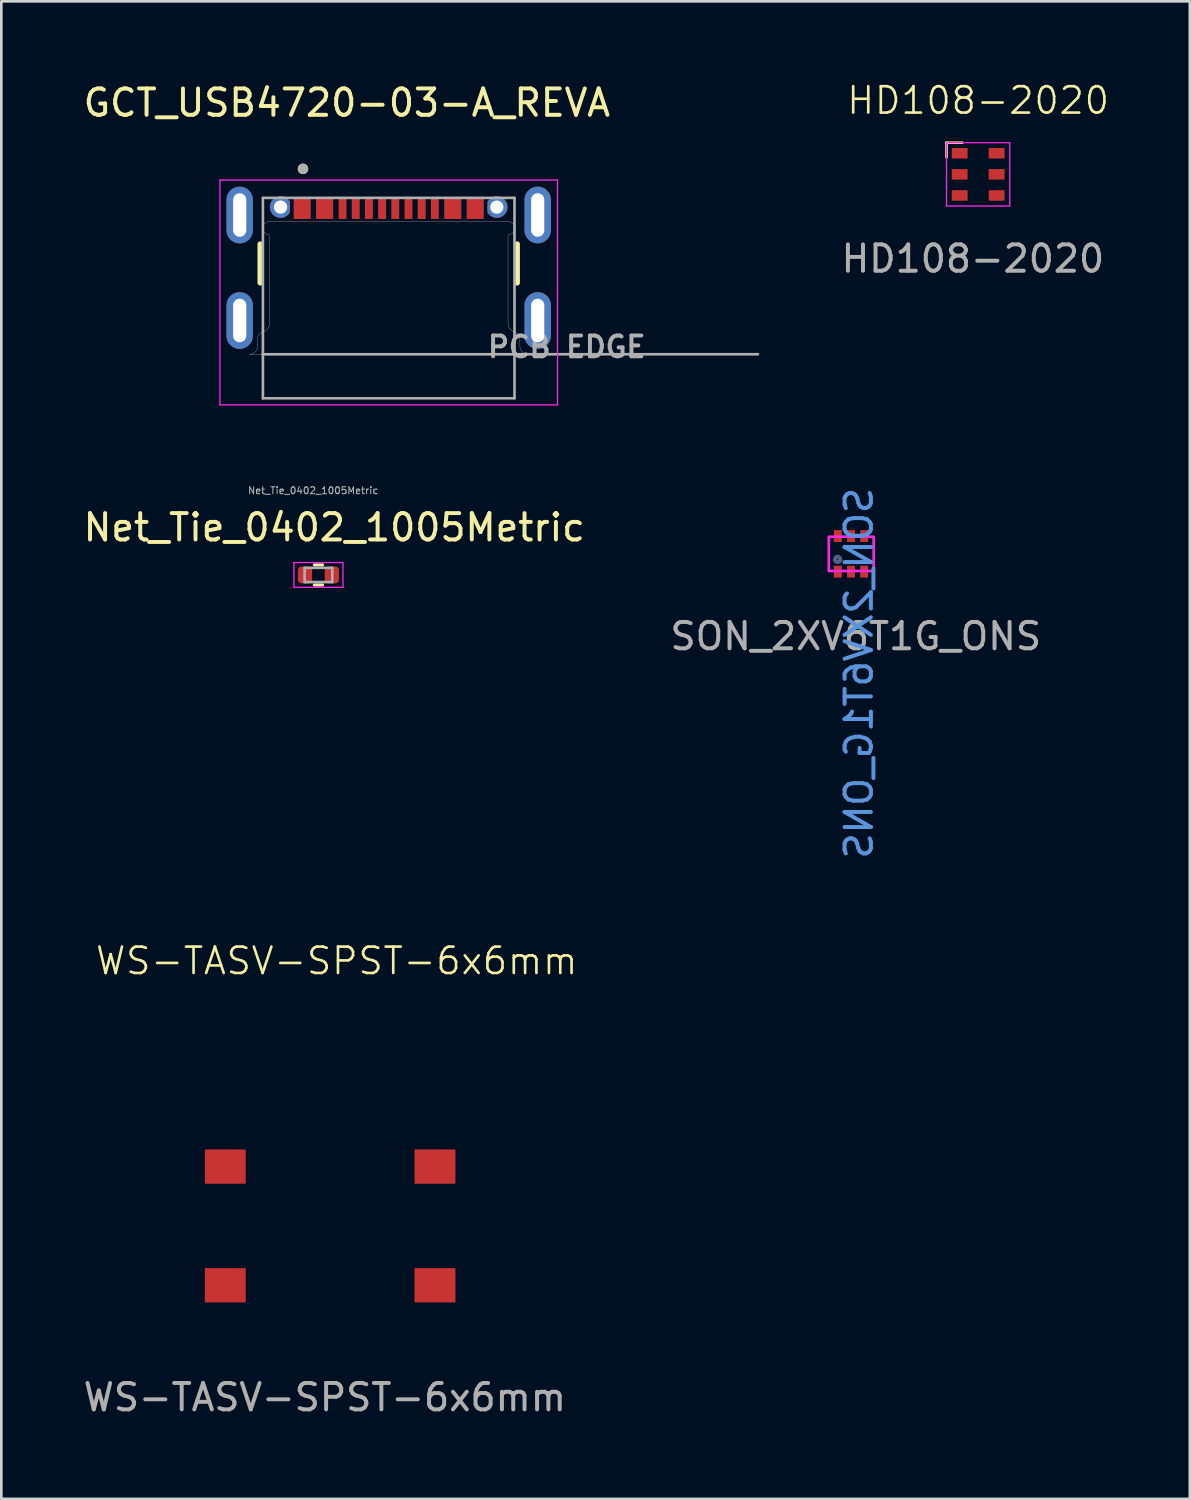
<source format=kicad_pcb>
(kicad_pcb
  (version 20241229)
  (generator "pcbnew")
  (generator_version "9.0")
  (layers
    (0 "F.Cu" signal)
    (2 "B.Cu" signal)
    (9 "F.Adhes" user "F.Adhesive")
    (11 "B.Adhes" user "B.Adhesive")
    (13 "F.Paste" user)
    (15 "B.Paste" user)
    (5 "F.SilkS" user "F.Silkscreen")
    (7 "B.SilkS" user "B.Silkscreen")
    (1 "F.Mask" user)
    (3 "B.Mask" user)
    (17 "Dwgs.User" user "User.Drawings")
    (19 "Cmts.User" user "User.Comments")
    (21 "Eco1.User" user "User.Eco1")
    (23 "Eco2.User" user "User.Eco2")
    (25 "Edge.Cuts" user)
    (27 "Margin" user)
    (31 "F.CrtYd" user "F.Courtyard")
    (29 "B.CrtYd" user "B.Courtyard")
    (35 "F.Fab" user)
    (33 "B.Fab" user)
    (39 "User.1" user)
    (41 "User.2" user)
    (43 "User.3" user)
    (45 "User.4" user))
  (footprint "GCT_USB4720-03-A_REVA"
    (layer "F.Cu")
    (at 11.689 9.103)
    (property "Reference" "GCT_USB4720-03-A_REVA" (at -1.587 -8.255 0) (layer "F.SilkS") (effects (font (size 1 1) (thickness 0.15))))
    (attr smd)
    (fp_poly (pts (xy -3.755 -4.502) (xy -3.794 -4.557) (xy -3.843 -4.606) (xy -3.9 -4.646) (xy -3.963 -4.676) (xy -4.031 -4.694) (xy -4.1 -4.7) (xy -4.169 -4.694) (xy -4.237 -4.676) (xy -4.3 -4.646) (xy -4.357 -4.606) (xy -4.406 -4.557) (xy -4.446 -4.5) (xy -4.476 -4.437) (xy -4.494 -4.369) (xy -4.5 -4.3) (xy -4.494 -4.231) (xy -4.476 -4.163) (xy -4.446 -4.1) (xy -4.406 -4.043) (xy -4.357 -3.994) (xy -4.3 -3.954) (xy -4.237 -3.924) (xy -4.169 -3.906) (xy -4.1 -3.9) (xy -4.031 -3.906) (xy -3.963 -3.924) (xy -3.9 -3.954) (xy -3.843 -3.994) (xy -3.794 -4.043) (xy -3.755 -4.098) (xy -3.755 -4.502) (xy -3.755 -4.502)) (stroke (width 0.01) (type solid)) (fill yes) (layer "F.Cu"))
    (fp_poly (pts (xy 3.755 -4.502) (xy 3.794 -4.557) (xy 3.843 -4.606) (xy 3.9 -4.646) (xy 3.963 -4.676) (xy 4.031 -4.694) (xy 4.1 -4.7) (xy 4.169 -4.694) (xy 4.237 -4.676) (xy 4.3 -4.646) (xy 4.357 -4.606) (xy 4.406 -4.557) (xy 4.446 -4.5) (xy 4.476 -4.437) (xy 4.494 -4.369) (xy 4.5 -4.3) (xy 4.494 -4.231) (xy 4.476 -4.163) (xy 4.446 -4.1) (xy 4.406 -4.043) (xy 4.357 -3.994) (xy 4.3 -3.954) (xy 4.237 -3.924) (xy 4.169 -3.906) (xy 4.1 -3.9) (xy 4.031 -3.906) (xy 3.963 -3.924) (xy 3.9 -3.954) (xy 3.843 -3.994) (xy 3.794 -4.043) (xy 3.755 -4.098) (xy 3.755 -4.502) (xy 3.755 -4.502)) (stroke (width 0.01) (type solid)) (fill yes) (layer "F.Cu"))
    (fp_poly (pts (xy -3.655 -4.7) (xy -2.905 -4.7) (xy -2.905 -3.8) (xy -3.655 -3.8)) (stroke (width 0.01) (type solid)) (fill yes) (layer "F.Mask"))
    (fp_poly (pts (xy -2.805 -4.7) (xy -2.055 -4.7) (xy -2.055 -3.8) (xy -2.805 -3.8)) (stroke (width 0.01) (type solid)) (fill yes) (layer "F.Mask"))
    (fp_poly (pts (xy -1.95 -4.7) (xy -1.55 -4.7) (xy -1.55 -3.8) (xy -1.95 -3.8)) (stroke (width 0.01) (type solid)) (fill yes) (layer "F.Mask"))
    (fp_poly (pts (xy -1.45 -4.7) (xy -1.05 -4.7) (xy -1.05 -3.8) (xy -1.45 -3.8)) (stroke (width 0.01) (type solid)) (fill yes) (layer "F.Mask"))
    (fp_poly (pts (xy -0.95 -4.7) (xy -0.55 -4.7) (xy -0.55 -3.8) (xy -0.95 -3.8)) (stroke (width 0.01) (type solid)) (fill yes) (layer "F.Mask"))
    (fp_poly (pts (xy -0.45 -4.7) (xy -0.05 -4.7) (xy -0.05 -3.8) (xy -0.45 -3.8)) (stroke (width 0.01) (type solid)) (fill yes) (layer "F.Mask"))
    (fp_poly (pts (xy 0.05 -4.7) (xy 0.45 -4.7) (xy 0.45 -3.8) (xy 0.05 -3.8)) (stroke (width 0.01) (type solid)) (fill yes) (layer "F.Mask"))
    (fp_poly (pts (xy 0.55 -4.7) (xy 0.95 -4.7) (xy 0.95 -3.8) (xy 0.55 -3.8)) (stroke (width 0.01) (type solid)) (fill yes) (layer "F.Mask"))
    (fp_poly (pts (xy 1.05 -4.7) (xy 1.45 -4.7) (xy 1.45 -3.8) (xy 1.05 -3.8)) (stroke (width 0.01) (type solid)) (fill yes) (layer "F.Mask"))
    (fp_poly (pts (xy 1.55 -4.7) (xy 1.95 -4.7) (xy 1.95 -3.8) (xy 1.55 -3.8)) (stroke (width 0.01) (type solid)) (fill yes) (layer "F.Mask"))
    (fp_poly (pts (xy 2.055 -4.7) (xy 2.805 -4.7) (xy 2.805 -3.8) (xy 2.055 -3.8)) (stroke (width 0.01) (type solid)) (fill yes) (layer "F.Mask"))
    (fp_poly (pts (xy 2.905 -4.7) (xy 3.655 -4.7) (xy 3.655 -3.8) (xy 2.905 -3.8)) (stroke (width 0.01) (type solid)) (fill yes) (layer "F.Mask"))
    (fp_poly (pts (xy -3.705 -4.516) (xy -3.751 -4.584) (xy -3.806 -4.64) (xy -3.87 -4.687) (xy -3.941 -4.721) (xy -4.017 -4.742) (xy -4.095 -4.75) (xy -4.174 -4.744) (xy -4.25 -4.724) (xy -4.322 -4.691) (xy -4.387 -4.646) (xy -4.443 -4.591) (xy -4.489 -4.526) (xy -4.523 -4.455) (xy -4.543 -4.379) (xy -4.55 -4.3) (xy -4.543 -4.221) (xy -4.523 -4.145) (xy -4.489 -4.074) (xy -4.443 -4.009) (xy -4.387 -3.954) (xy -4.322 -3.909) (xy -4.25 -3.876) (xy -4.174 -3.856) (xy -4.095 -3.85) (xy -4.017 -3.858) (xy -3.941 -3.879) (xy -3.87 -3.913) (xy -3.806 -3.96) (xy -3.751 -4.016) (xy -3.705 -4.084) (xy -3.705 -4.516) (xy -3.705 -4.516)) (stroke (width 0.01) (type solid)) (fill yes) (layer "F.Mask"))
    (fp_poly (pts (xy 3.705 -4.516) (xy 3.751 -4.584) (xy 3.806 -4.64) (xy 3.87 -4.687) (xy 3.941 -4.721) (xy 4.017 -4.742) (xy 4.095 -4.75) (xy 4.174 -4.744) (xy 4.25 -4.724) (xy 4.322 -4.691) (xy 4.387 -4.646) (xy 4.443 -4.591) (xy 4.489 -4.526) (xy 4.523 -4.455) (xy 4.543 -4.379) (xy 4.55 -4.3) (xy 4.543 -4.221) (xy 4.523 -4.145) (xy 4.489 -4.074) (xy 4.443 -4.009) (xy 4.387 -3.954) (xy 4.322 -3.909) (xy 4.25 -3.876) (xy 4.174 -3.856) (xy 4.095 -3.85) (xy 4.017 -3.858) (xy 3.941 -3.879) (xy 3.87 -3.913) (xy 3.806 -3.96) (xy 3.751 -4.016) (xy 3.705 -4.084) (xy 3.705 -4.516) (xy 3.705 -4.516)) (stroke (width 0.01) (type solid)) (fill yes) (layer "F.Mask"))
    (fp_poly (pts (xy -3.755 -4.502) (xy -3.794 -4.557) (xy -3.843 -4.606) (xy -3.9 -4.646) (xy -3.963 -4.676) (xy -4.031 -4.694) (xy -4.1 -4.7) (xy -4.169 -4.694) (xy -4.237 -4.676) (xy -4.3 -4.646) (xy -4.357 -4.606) (xy -4.406 -4.557) (xy -4.446 -4.5) (xy -4.476 -4.437) (xy -4.494 -4.369) (xy -4.5 -4.3) (xy -4.494 -4.231) (xy -4.476 -4.163) (xy -4.446 -4.1) (xy -4.406 -4.043) (xy -4.357 -3.994) (xy -4.3 -3.954) (xy -4.237 -3.924) (xy -4.169 -3.906) (xy -4.1 -3.9) (xy -4.031 -3.906) (xy -3.963 -3.924) (xy -3.9 -3.954) (xy -3.843 -3.994) (xy -3.794 -4.043) (xy -3.755 -4.098) (xy -3.755 -4.502) (xy -3.755 -4.502)) (stroke (width 0.01) (type solid)) (fill yes) (layer "B.Cu"))
    (fp_poly (pts (xy 3.755 -4.502) (xy 3.794 -4.557) (xy 3.843 -4.606) (xy 3.9 -4.646) (xy 3.963 -4.676) (xy 4.031 -4.694) (xy 4.1 -4.7) (xy 4.169 -4.694) (xy 4.237 -4.676) (xy 4.3 -4.646) (xy 4.357 -4.606) (xy 4.406 -4.557) (xy 4.446 -4.5) (xy 4.476 -4.437) (xy 4.494 -4.369) (xy 4.5 -4.3) (xy 4.494 -4.231) (xy 4.476 -4.163) (xy 4.446 -4.1) (xy 4.406 -4.043) (xy 4.357 -3.994) (xy 4.3 -3.954) (xy 4.237 -3.924) (xy 4.169 -3.906) (xy 4.1 -3.9) (xy 4.031 -3.906) (xy 3.963 -3.924) (xy 3.9 -3.954) (xy 3.843 -3.994) (xy 3.794 -4.043) (xy 3.755 -4.098) (xy 3.755 -4.502) (xy 3.755 -4.502)) (stroke (width 0.01) (type solid)) (fill yes) (layer "B.Cu"))
    (fp_poly (pts (xy -3.705 -4.516) (xy -3.751 -4.584) (xy -3.806 -4.64) (xy -3.87 -4.687) (xy -3.941 -4.721) (xy -4.017 -4.742) (xy -4.095 -4.75) (xy -4.174 -4.744) (xy -4.25 -4.724) (xy -4.322 -4.691) (xy -4.387 -4.646) (xy -4.443 -4.591) (xy -4.489 -4.526) (xy -4.523 -4.455) (xy -4.543 -4.379) (xy -4.55 -4.3) (xy -4.543 -4.221) (xy -4.523 -4.145) (xy -4.489 -4.074) (xy -4.443 -4.009) (xy -4.387 -3.954) (xy -4.322 -3.909) (xy -4.25 -3.876) (xy -4.174 -3.856) (xy -4.095 -3.85) (xy -4.017 -3.858) (xy -3.941 -3.879) (xy -3.87 -3.913) (xy -3.806 -3.96) (xy -3.751 -4.016) (xy -3.705 -4.084) (xy -3.705 -4.516) (xy -3.705 -4.516)) (stroke (width 0.01) (type solid)) (fill yes) (layer "B.Mask"))
    (fp_poly (pts (xy 3.705 -4.516) (xy 3.751 -4.584) (xy 3.806 -4.64) (xy 3.87 -4.687) (xy 3.941 -4.721) (xy 4.017 -4.742) (xy 4.095 -4.75) (xy 4.174 -4.744) (xy 4.25 -4.724) (xy 4.322 -4.691) (xy 4.387 -4.646) (xy 4.443 -4.591) (xy 4.489 -4.526) (xy 4.523 -4.455) (xy 4.543 -4.379) (xy 4.55 -4.3) (xy 4.543 -4.221) (xy 4.523 -4.145) (xy 4.489 -4.074) (xy 4.443 -4.009) (xy 4.387 -3.954) (xy 4.322 -3.909) (xy 4.25 -3.876) (xy 4.174 -3.856) (xy 4.095 -3.85) (xy 4.017 -3.858) (xy 3.941 -3.879) (xy 3.87 -3.913) (xy 3.806 -3.96) (xy 3.751 -4.016) (xy 3.705 -4.084) (xy 3.705 -4.516) (xy 3.705 -4.516)) (stroke (width 0.01) (type solid)) (fill yes) (layer "B.Mask"))
    (fp_line (start -4.875 -1.425) (end -4.875 -2.9) (stroke (width 0.2) (type solid)) (layer "F.SilkS"))
    (fp_line (start 4.875 -1.425) (end 4.875 -2.9) (stroke (width 0.2) (type solid)) (layer "F.SilkS"))
    (fp_circle (center -3.25 -5.75) (end -3.15 -5.75) (stroke (width 0.2) (type solid)) (fill no) (layer "F.SilkS"))
    (fp_line (start -5.275 1.28) (end 5.275 1.28) (stroke (width 0.01) (type solid)) (layer "Edge.Cuts"))
    (fp_line (start -4.975 0.711) (end -4.975 0.98) (stroke (width 0.01) (type solid)) (layer "Edge.Cuts"))
    (fp_line (start -4.525 -3.25) (end -4.525 0.13) (stroke (width 0.01) (type solid)) (layer "Edge.Cuts"))
    (fp_line (start 4.525 -3.75) (end -4.525 -3.75) (stroke (width 0.01) (type solid)) (layer "Edge.Cuts"))
    (fp_line (start 4.525 0.13) (end 4.525 -3.25) (stroke (width 0.01) (type solid)) (layer "Edge.Cuts"))
    (fp_line (start 4.975 0.98) (end 4.975 0.711) (stroke (width 0.01) (type solid)) (layer "Edge.Cuts"))
    (fp_arc (start -4.975 0.711) (mid -4.912261 0.527024) (end -4.749999 0.42) (stroke (width 0.01) (type solid)) (layer "Edge.Cuts"))
    (fp_arc (start -4.975 0.98) (mid -5.062868 1.192132) (end -5.275 1.28) (stroke (width 0.01) (type solid)) (layer "Edge.Cuts"))
    (fp_arc (start -4.525 -3.25) (mid -4.775 -3.5) (end -4.525 -3.75) (stroke (width 0.01) (type solid)) (layer "Edge.Cuts"))
    (fp_arc (start -4.525 0.13) (mid -4.587911 0.313474) (end -4.75 0.42) (stroke (width 0.01) (type solid)) (layer "Edge.Cuts"))
    (fp_arc (start 4.525 -3.75) (mid 4.775 -3.5) (end 4.525 -3.25) (stroke (width 0.01) (type solid)) (layer "Edge.Cuts"))
    (fp_arc (start 4.75 0.42) (mid 4.58791 0.313475) (end 4.525 0.13) (stroke (width 0.01) (type solid)) (layer "Edge.Cuts"))
    (fp_arc (start 4.75 0.42) (mid 4.912261 0.527025) (end 4.974999 0.711) (stroke (width 0.01) (type solid)) (layer "Edge.Cuts"))
    (fp_arc (start 5.275 1.28) (mid 5.062868 1.192132) (end 4.975 0.98) (stroke (width 0.01) (type solid)) (layer "Edge.Cuts"))
    (fp_line (start -6.4 -5.325) (end 6.4 -5.325) (stroke (width 0.05) (type solid)) (layer "F.CrtYd"))
    (fp_line (start -6.4 3.2) (end -6.4 -5.325) (stroke (width 0.05) (type solid)) (layer "F.CrtYd"))
    (fp_line (start 6.4 -5.325) (end 6.4 3.2) (stroke (width 0.05) (type solid)) (layer "F.CrtYd"))
    (fp_line (start 6.4 3.2) (end -6.4 3.2) (stroke (width 0.05) (type solid)) (layer "F.CrtYd"))
    (fp_line (start -4.77 -4.65) (end 4.77 -4.65) (stroke (width 0.1) (type solid)) (layer "F.Fab"))
    (fp_line (start -4.77 1.28) (end -4.77 -4.65) (stroke (width 0.1) (type solid)) (layer "F.Fab"))
    (fp_line (start -4.77 1.28) (end 14 1.28) (stroke (width 0.1) (type solid)) (layer "F.Fab"))
    (fp_line (start -4.77 2.95) (end -4.77 1.28) (stroke (width 0.1) (type solid)) (layer "F.Fab"))
    (fp_line (start 4.77 -4.65) (end 4.77 2.95) (stroke (width 0.1) (type solid)) (layer "F.Fab"))
    (fp_line (start 4.77 2.95) (end -4.77 2.95) (stroke (width 0.1) (type solid)) (layer "F.Fab"))
    (fp_circle (center -3.25 -5.75) (end -3.15 -5.75) (stroke (width 0.2) (type solid)) (fill no) (layer "F.Fab"))
    (fp_text user "PCB EDGE" (at 6.75 1 0) (layer "F.Fab") (effects (font (size 0.787 0.787) (thickness 0.15))))
    (pad "A1_B12" smd rect (at -3.28 -4.25) (size 0.65 0.8) (layers "F.Cu" "F.Paste"))
    (pad "A4_B9" smd rect (at -2.43 -4.25) (size 0.65 0.8) (layers "F.Cu" "F.Paste"))
    (pad "A5" smd rect (at -1.25 -4.25) (size 0.3 0.8) (layers "F.Cu" "F.Paste"))
    (pad "A6" smd rect (at -0.25 -4.25) (size 0.3 0.8) (layers "F.Cu" "F.Paste"))
    (pad "A7" smd rect (at 0.25 -4.25) (size 0.3 0.8) (layers "F.Cu" "F.Paste"))
    (pad "A8" smd rect (at 1.25 -4.25) (size 0.3 0.8) (layers "F.Cu" "F.Paste"))
    (pad "B1_A12" smd rect (at 3.28 -4.25) (size 0.65 0.8) (layers "F.Cu" "F.Paste"))
    (pad "B4_A9" smd rect (at 2.43 -4.25) (size 0.65 0.8) (layers "F.Cu" "F.Paste"))
    (pad "B5" smd rect (at 1.75 -4.25) (size 0.3 0.8) (layers "F.Cu" "F.Paste"))
    (pad "B6" smd rect (at 0.75 -4.25) (size 0.3 0.8) (layers "F.Cu" "F.Paste"))
    (pad "B7" smd rect (at -0.75 -4.25) (size 0.3 0.8) (layers "F.Cu" "F.Paste"))
    (pad "B8" smd rect (at -1.75 -4.25) (size 0.3 0.8) (layers "F.Cu" "F.Paste"))
    (pad "SH1" thru_hole oval (at -5.65 -4) (size 1 2.15) (drill oval 0.5 1.65) (layers "*.Cu" "*.Mask"))
    (pad "SH2" thru_hole oval (at 5.65 -4) (size 1 2.15) (drill oval 0.5 1.65) (layers "*.Cu" "*.Mask"))
    (pad "SH3" thru_hole oval (at -5.65 0) (size 1 2.15) (drill oval 0.5 1.65) (layers "*.Cu" "*.Mask"))
    (pad "SH4" thru_hole oval (at 5.65 0) (size 1 2.15) (drill oval 0.5 1.65) (layers "*.Cu" "*.Mask"))
    (pad "SH5" thru_hole circle (at -4.1 -4.3) (size 0.69 0.69) (drill 0.5) (layers "*.Cu"))
    (pad "SH6" thru_hole circle (at 4.1 -4.3) (size 0.69 0.69) (drill 0.5) (layers "*.Cu")))
  (footprint "Net_Tie_0402_1005Metric"
    (layer "F.Cu")
    (at 9.025 18.751)
    (property "Reference" "Net_Tie_0402_1005Metric" (at 0.6 -1.8 0) (layer "F.SilkS") (effects (font (size 1 1) (thickness 0.15))))
    (attr smd)
    (fp_line (start -0.154 -0.38) (end 0.154 -0.38) (stroke (width 0.12) (type solid)) (layer "F.SilkS"))
    (fp_line (start -0.154 0.38) (end 0.154 0.38) (stroke (width 0.12) (type solid)) (layer "F.SilkS"))
    (fp_line (start -0.93 -0.47) (end 0.93 -0.47) (stroke (width 0.05) (type solid)) (layer "F.CrtYd"))
    (fp_line (start -0.93 0.47) (end -0.93 -0.47) (stroke (width 0.05) (type solid)) (layer "F.CrtYd"))
    (fp_line (start 0.93 -0.47) (end 0.93 0.47) (stroke (width 0.05) (type solid)) (layer "F.CrtYd"))
    (fp_line (start 0.93 0.47) (end -0.93 0.47) (stroke (width 0.05) (type solid)) (layer "F.CrtYd"))
    (fp_line (start -0.525 -0.27) (end 0.525 -0.27) (stroke (width 0.1) (type solid)) (layer "F.Fab"))
    (fp_line (start -0.525 0.27) (end -0.525 -0.27) (stroke (width 0.1) (type solid)) (layer "F.Fab"))
    (fp_line (start 0.525 -0.27) (end 0.525 0.27) (stroke (width 0.1) (type solid)) (layer "F.Fab"))
    (fp_line (start 0.525 0.27) (end -0.525 0.27) (stroke (width 0.1) (type solid)) (layer "F.Fab"))
    (fp_text user "${REFERENCE}" (at -0.2 -3.2 0) (layer "F.Fab") (effects (font (size 0.26 0.26) (thickness 0.04))))
    (pad "1" smd roundrect (at -0.51 0) (size 0.54 0.64) (layers "F.Cu" "F.Mask" "F.Paste") (roundrect_rratio 0.25))
    (pad "2" smd roundrect (at 0.51 0) (size 0.54 0.64) (layers "F.Cu" "F.Mask" "F.Paste") (roundrect_rratio 0.25)))
  (footprint "HD108-2020"
    (layer "F.Cu")
    (at 34.04 3.561)
    (property "Reference" "HD108-2020" (at 0 -2.8 0) (unlocked yes) (layer "F.SilkS") (effects (font (size 1 1) (thickness 0.1))))
    (attr smd)
    (fp_line (start -1.2 -1.2) (end -1.2 -0.65) (stroke (width 0.1) (type default)) (layer "F.SilkS"))
    (fp_line (start -0.6 -1.2) (end -1.2 -1.2) (stroke (width 0.1) (type default)) (layer "F.SilkS"))
    (fp_rect (start -1.2 -1.2) (end 1.2 1.2) (stroke (width 0.05) (type default)) (fill no) (layer "F.CrtYd"))
    (fp_text user "${REFERENCE}" (at -0.2 3.2 0) (unlocked yes) (layer "F.Fab") (effects (font (size 1 1) (thickness 0.15))))
    (pad "1" smd rect (at -0.7 -0.8) (size 0.6 0.4) (layers "F.Cu" "F.Mask" "F.Paste"))
    (pad "2" smd rect (at -0.7 0) (size 0.6 0.4) (layers "F.Cu" "F.Mask" "F.Paste"))
    (pad "3" smd rect (at -0.7 0.8) (size 0.6 0.4) (layers "F.Cu" "F.Mask" "F.Paste"))
    (pad "4" smd rect (at 0.7 -0.8) (size 0.6 0.4) (layers "F.Cu" "F.Mask" "F.Paste"))
    (pad "5" smd rect (at 0.7 0) (size 0.6 0.4) (layers "F.Cu" "F.Mask" "F.Paste"))
    (pad "6" smd rect (at 0.7 0.8) (size 0.6 0.4) (layers "F.Cu" "F.Mask" "F.Paste")))
  (footprint "SON_2XV6T1G_ONS"
    (layer "F.Cu")
    (at 28.849 18.778)
    (property "Reference" "SON_2XV6T1G_ONS" (at 0.67 3.699 90) (unlocked yes) (layer "Cmts.User") (effects (font (size 1 1) (thickness 0.15)) (justify mirror)))
    (attr smd)
    (fp_rect (start -0.471 -1.477) (end 1.229 -0.177) (stroke (width 0.1) (type default)) (fill no) (layer "F.CrtYd"))
    (fp_circle (center -0.138 -0.617) (end -0.036 -0.617) (stroke (width 0.152) (type solid)) (fill no) (layer "B.Fab"))
    (fp_text user "${REFERENCE}" (at 0.55 2.3 0) (unlocked yes) (layer "F.Fab") (effects (font (size 1 1) (thickness 0.15))))
    (pad "1" smd rect (at -0.13 -0.151 180) (size 0.3 0.45) (layers "F.Cu" "F.Mask" "F.Paste"))
    (pad "2" smd rect (at 0.37 -0.151 180) (size 0.3 0.45) (layers "F.Cu" "F.Mask" "F.Paste"))
    (pad "3" smd rect (at 0.87 -0.151 180) (size 0.3 0.45) (layers "F.Cu" "F.Mask" "F.Paste"))
    (pad "4" smd rect (at 0.87 -1.501 180) (size 0.3 0.45) (layers "F.Cu" "F.Mask" "F.Paste"))
    (pad "5" smd rect (at 0.37 -1.501 180) (size 0.3 0.45) (layers "F.Cu" "F.Mask" "F.Paste"))
    (pad "6" smd rect (at -0.13 -1.501 180) (size 0.3 0.45) (layers "F.Cu" "F.Mask" "F.Paste")))
  (footprint "WS-TASV-SPST-6x6mm"
    (layer "F.Cu")
    (at 9.468 43.436)
    (property "Reference" "WS-TASV-SPST-6x6mm" (at 0.25 -10.05 0) (unlocked yes) (layer "F.SilkS") (effects (font (size 1 1) (thickness 0.1))))
    (attr smd)
    (fp_text user "${REFERENCE}" (at -0.2 6.5 0) (unlocked yes) (layer "F.Fab") (effects (font (size 1 1) (thickness 0.15))))
    (pad "1" smd rect (at -3.975 -2.25) (size 1.55 1.3) (layers "F.Cu" "F.Mask" "F.Paste"))
    (pad "2" smd rect (at -3.975 2.25) (size 1.55 1.3) (layers "F.Cu" "F.Mask" "F.Paste"))
    (pad "3" smd rect (at 3.975 -2.25) (size 1.55 1.3) (layers "F.Cu" "F.Mask" "F.Paste"))
    (pad "4" smd rect (at 3.975 2.25) (size 1.55 1.3) (layers "F.Cu" "F.Mask" "F.Paste")))
  (gr_rect
    (start -3 -3)
    (end 42.066 53.785)
    (stroke (width 0.1) (type default))
    (fill no)
    (layer "Edge.Cuts")))
</source>
